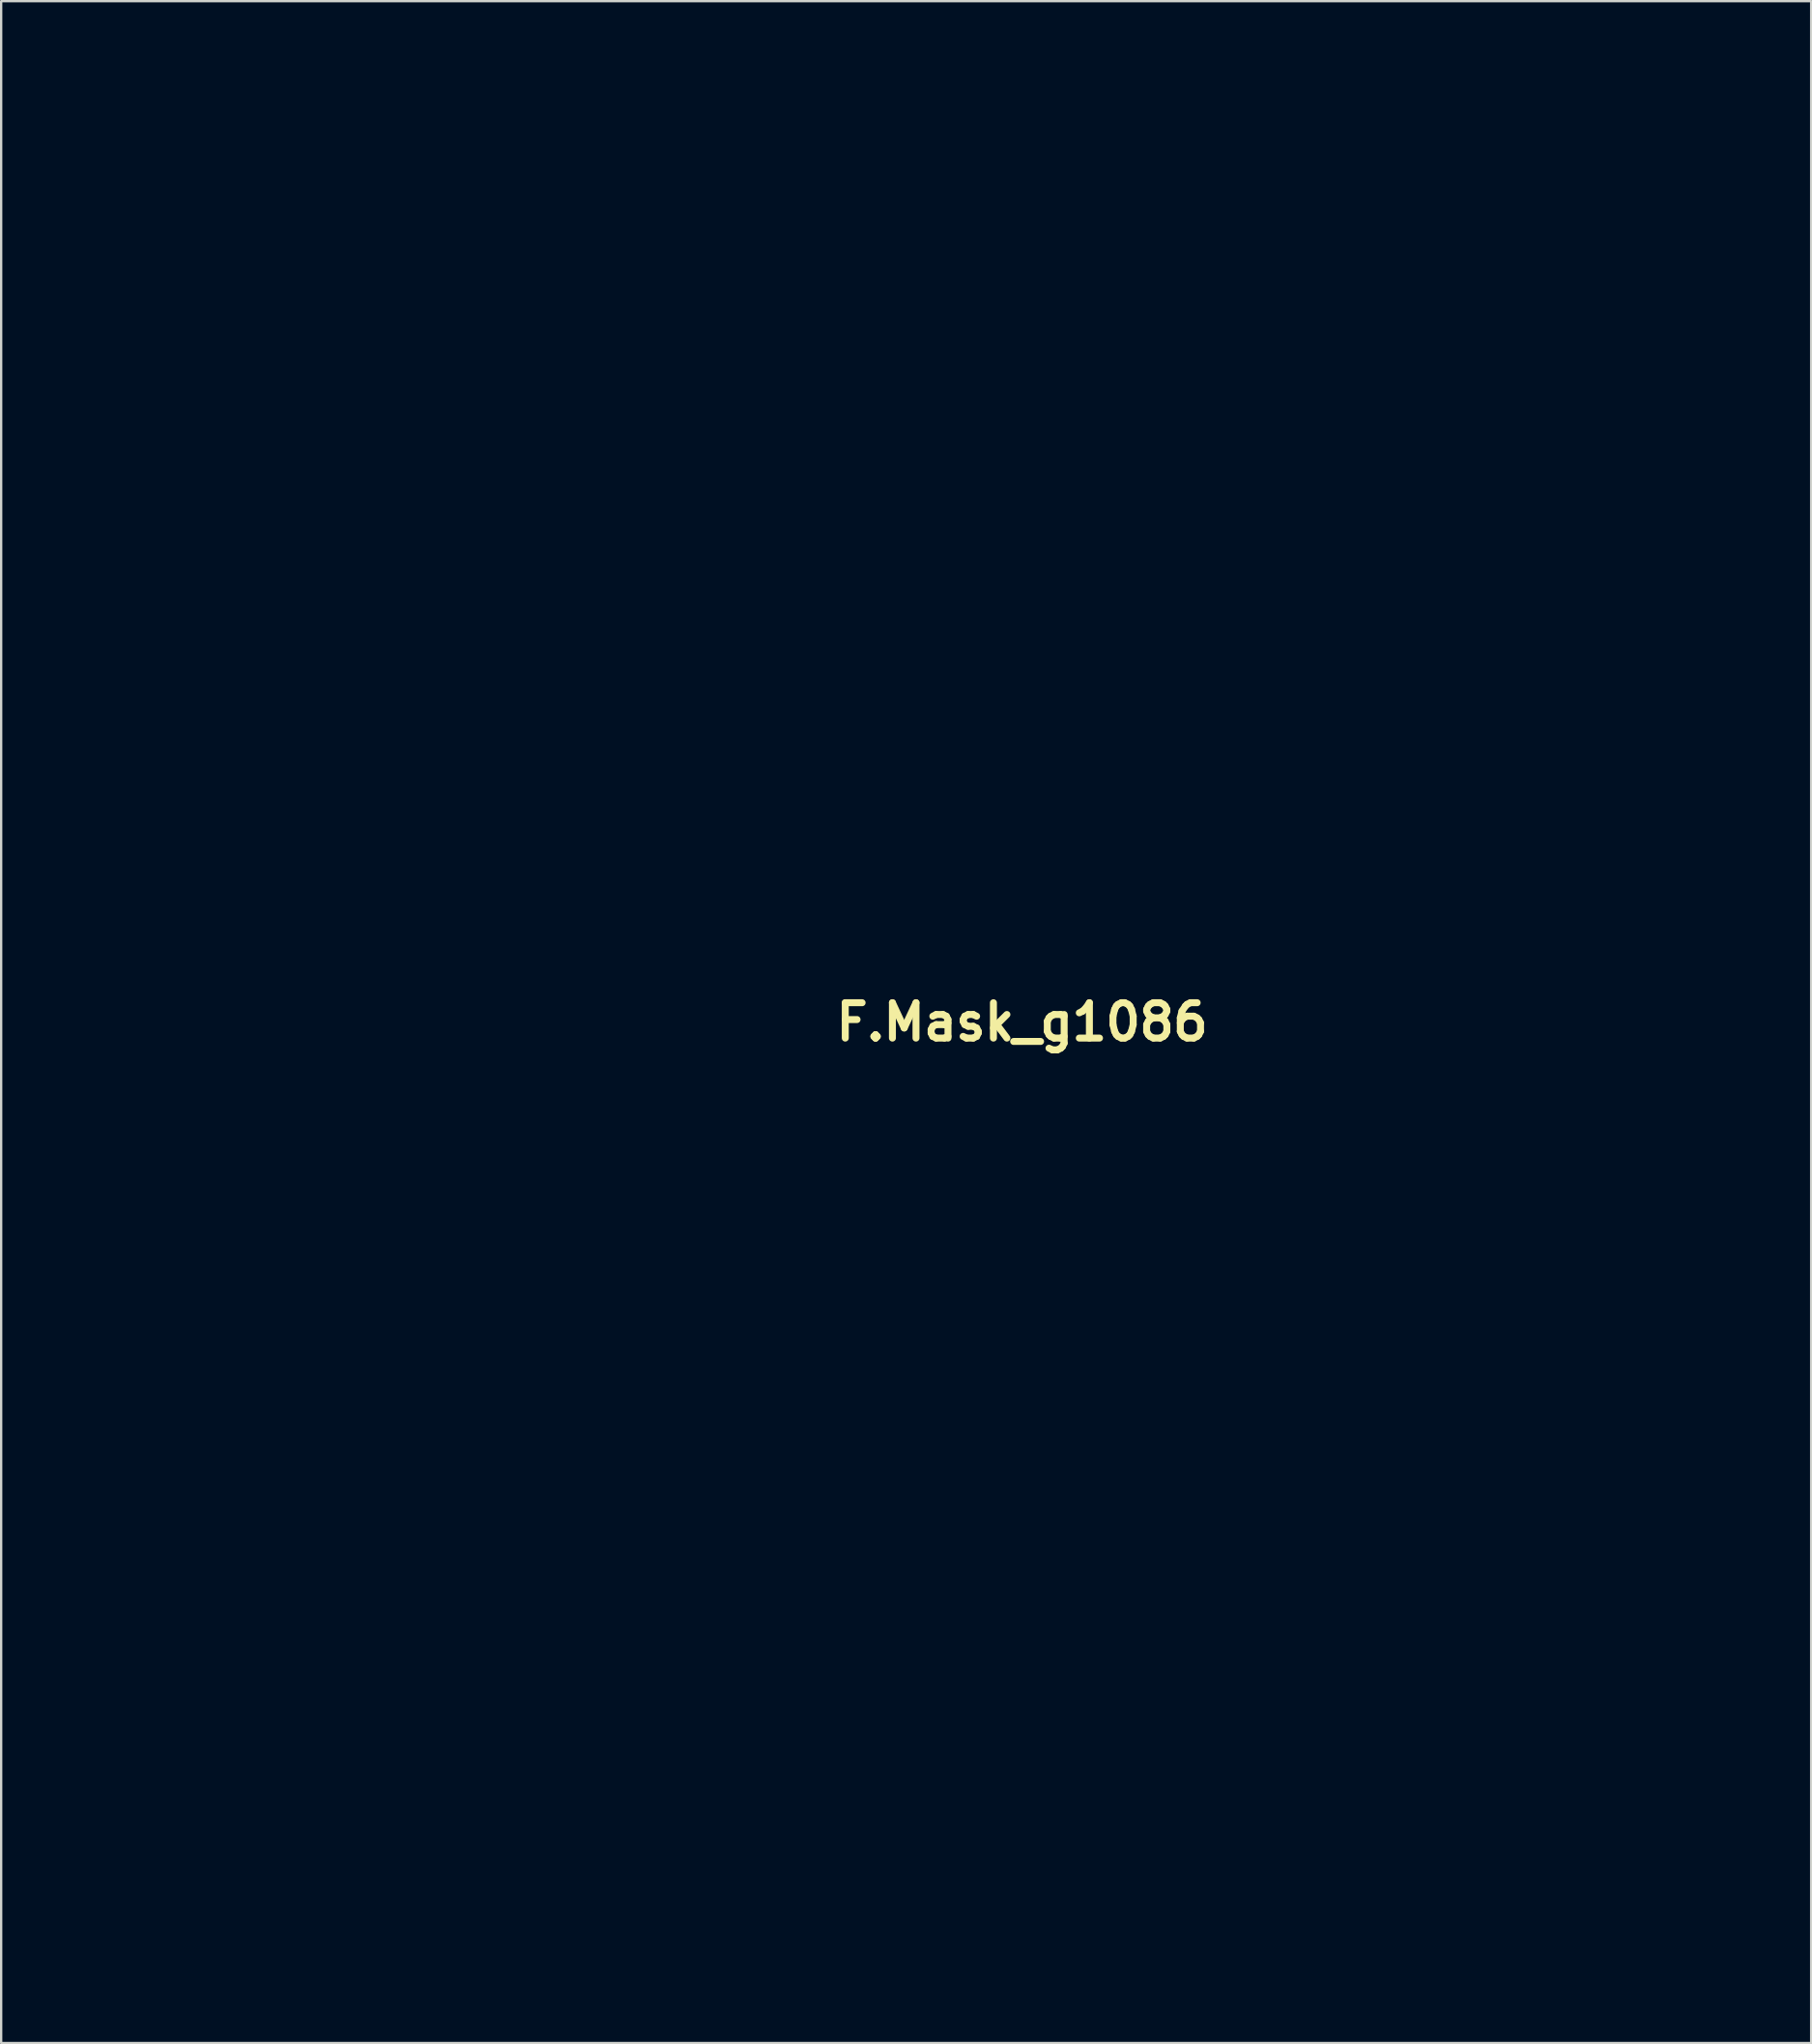
<source format=kicad_pcb>
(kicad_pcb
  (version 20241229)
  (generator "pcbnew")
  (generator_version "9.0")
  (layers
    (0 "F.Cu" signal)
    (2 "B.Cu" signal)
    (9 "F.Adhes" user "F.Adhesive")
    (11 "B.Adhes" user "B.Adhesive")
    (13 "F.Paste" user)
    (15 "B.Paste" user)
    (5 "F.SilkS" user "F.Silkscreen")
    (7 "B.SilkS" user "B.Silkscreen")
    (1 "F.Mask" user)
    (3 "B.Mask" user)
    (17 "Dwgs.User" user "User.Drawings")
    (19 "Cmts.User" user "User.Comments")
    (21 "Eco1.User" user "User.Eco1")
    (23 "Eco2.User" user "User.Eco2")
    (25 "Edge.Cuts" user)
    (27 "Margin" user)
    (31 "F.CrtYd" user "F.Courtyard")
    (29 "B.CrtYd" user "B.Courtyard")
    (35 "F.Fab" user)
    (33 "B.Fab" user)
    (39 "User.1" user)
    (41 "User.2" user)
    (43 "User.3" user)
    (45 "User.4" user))
  (footprint "F.Mask_g1086"
    (layer "F.Cu")
    (at 41.005 41.005)
    (property "Reference" "F.Mask_g1086" (at 0 0 0) (layer "F.SilkS") (effects (font (size 1.524 1.524) (thickness 0.3))))
    (attr through_hole)
    (fp_poly (pts (xy 31.009 41) (xy -41 41) (xy -41 17.902) (xy -39.006 17.902) (xy -39.006 18.967) (xy -39.006 20.012) (xy -39.006 21.037) (xy -39.006 22.04) (xy -39.006 23.021) (xy -39.006 23.98) (xy -39.006 24.916) (xy -39.006 25.827) (xy -39.006 26.714) (xy -39.006 27.576) (xy -39.006 28.412) (xy -39.006 29.221) (xy -39.005 30.003) (xy -39.005 30.758) (xy -39.005 31.483) (xy -39.005 32.18) (xy -39.005 32.846) (xy -39.005 33.482) (xy -39.005 34.087) (xy -39.004 34.66) (xy -39.004 35.201) (xy -39.004 35.708) (xy -39.004 36.181) (xy -39.003 36.62) (xy -39.003 37.024) (xy -39.003 37.392) (xy -39.003 37.724) (xy -39.002 38.018) (xy -39.002 38.275) (xy -39.002 38.493) (xy -39.002 38.672) (xy -39.001 38.811) (xy -39.001 38.91) (xy -39.001 38.968) (xy -39 38.984) (xy -38.993 38.985) (xy -38.97 38.986) (xy -38.933 38.987) (xy -38.88 38.988) (xy -38.81 38.989) (xy -38.724 38.99) (xy -38.62 38.991) (xy -38.499 38.992) (xy -38.359 38.993) (xy -38.2 38.994) (xy -38.022 38.995) (xy -37.824 38.996) (xy -37.605 38.996) (xy -37.366 38.997) (xy -37.105 38.998) (xy -36.822 38.999) (xy -36.516 38.999) (xy -36.187 39) (xy -35.835 39.001) (xy -35.459 39.001) (xy -35.058 39.002) (xy -34.631 39.002) (xy -34.179 39.003) (xy -33.701 39.004) (xy -33.196 39.004) (xy -32.664 39.004) (xy -32.104 39.005) (xy -31.516 39.005) (xy -30.898 39.006) (xy -30.252 39.006) (xy -29.575 39.007) (xy -28.868 39.007) (xy -28.131 39.007) (xy -27.361 39.008) (xy -26.56 39.008) (xy -25.726 39.008) (xy -24.859 39.008) (xy -23.959 39.009) (xy -23.024 39.009) (xy -22.055 39.009) (xy -21.051 39.009) (xy -20.011 39.009) (xy -18.935 39.009) (xy -17.822 39.01) (xy -16.672 39.01) (xy -15.484 39.01) (xy -14.258 39.01) (xy -12.993 39.01) (xy -11.688 39.01) (xy -10.344 39.01) (xy -8.959 39.01) (xy -7.534 39.01) (xy -6.067 39.01) (xy -4.996 39.01) (xy 28.998 39.01) (xy 28.998 -39.01) (xy -5.001 -39.005) (xy -39 -39) (xy -39.005 -0.021) (xy -39.005 1.264) (xy -39.005 2.539) (xy -39.005 3.804) (xy -39.006 5.057) (xy -39.006 6.298) (xy -39.006 7.526) (xy -39.006 8.741) (xy -39.006 9.942) (xy -39.006 11.129) (xy -39.006 12.3) (xy -39.006 13.455) (xy -39.006 14.593) (xy -39.006 15.714) (xy -39.006 16.817) (xy -39.006 17.902) (xy -41 17.902) (xy -41 -41) (xy 31.009 -41) (xy 31.009 41)) (stroke (width 0.01) (type solid)) (fill yes) (layer "F.Mask"))
    (fp_poly (pts (xy -3.45 3.592) (xy -2.953 3.657) (xy -2.471 3.762) (xy -2.004 3.905) (xy -1.55 4.088) (xy -1.109 4.311) (xy -0.68 4.573) (xy -0.519 4.685) (xy -0.265 4.877) (xy -0.000076 5.1) (xy 0.271 5.347) (xy 0.541 5.613) (xy 0.804 5.889) (xy 1.052 6.17) (xy 1.28 6.448) (xy 1.475 6.71) (xy 1.631 6.942) (xy 1.78 7.187) (xy 1.921 7.439) (xy 2.05 7.694) (xy 2.167 7.947) (xy 2.269 8.193) (xy 2.353 8.426) (xy 2.417 8.642) (xy 2.46 8.835) (xy 2.48 9.001) (xy 2.48 9.024) (xy 2.471 9.141) (xy 2.435 9.248) (xy 2.367 9.352) (xy 2.278 9.45) (xy 2.071 9.632) (xy 1.822 9.809) (xy 1.534 9.978) (xy 1.206 10.141) (xy 0.841 10.295) (xy 0.751 10.33) (xy 0.472 10.438) (xy 0.228 10.538) (xy 0.017 10.632) (xy -0.167 10.722) (xy -0.327 10.811) (xy -0.469 10.902) (xy -0.596 10.997) (xy -0.714 11.097) (xy -0.803 11.183) (xy -1.008 11.417) (xy -1.187 11.675) (xy -1.341 11.96) (xy -1.471 12.274) (xy -1.577 12.619) (xy -1.661 12.999) (xy -1.686 13.145) (xy -1.699 13.252) (xy -1.709 13.394) (xy -1.717 13.563) (xy -1.723 13.75) (xy -1.726 13.947) (xy -1.727 14.146) (xy -1.725 14.34) (xy -1.72 14.521) (xy -1.712 14.68) (xy -1.702 14.81) (xy -1.698 14.848) (xy -1.663 15.088) (xy -1.623 15.324) (xy -1.578 15.552) (xy -1.531 15.765) (xy -1.481 15.957) (xy -1.432 16.121) (xy -1.384 16.252) (xy -1.368 16.288) (xy -1.26 16.492) (xy -1.127 16.703) (xy -0.978 16.911) (xy -0.82 17.103) (xy -0.662 17.271) (xy -0.59 17.337) (xy -0.433 17.468) (xy -0.272 17.589) (xy -0.102 17.703) (xy 0.085 17.814) (xy 0.294 17.927) (xy 0.532 18.044) (xy 0.741 18.14) (xy 0.866 18.197) (xy 0.977 18.248) (xy 1.069 18.289) (xy 1.137 18.32) (xy 1.174 18.337) (xy 1.18 18.34) (xy 1.178 18.361) (xy 1.171 18.419) (xy 1.16 18.508) (xy 1.145 18.623) (xy 1.127 18.759) (xy 1.107 18.91) (xy 1.102 18.945) (xy 1.078 19.119) (xy 1.055 19.297) (xy 1.032 19.468) (xy 1.012 19.624) (xy 0.995 19.756) (xy 0.984 19.843) (xy 0.967 19.972) (xy 0.948 20.093) (xy 0.925 20.212) (xy 0.896 20.334) (xy 0.86 20.464) (xy 0.815 20.607) (xy 0.76 20.769) (xy 0.693 20.954) (xy 0.613 21.167) (xy 0.519 21.415) (xy 0.512 21.431) (xy 0.417 21.678) (xy 0.334 21.891) (xy 0.263 22.072) (xy 0.202 22.228) (xy 0.148 22.362) (xy 0.1 22.479) (xy 0.055 22.583) (xy 0.013 22.68) (xy -0.03 22.773) (xy -0.074 22.868) (xy -0.121 22.967) (xy -0.126 22.976) (xy -0.398 23.499) (xy -0.696 23.989) (xy -1.02 24.446) (xy -1.369 24.87) (xy -1.742 25.26) (xy -2.14 25.615) (xy -2.561 25.937) (xy -3.007 26.224) (xy -3.475 26.475) (xy -3.778 26.614) (xy -4.242 26.796) (xy -4.698 26.941) (xy -5.155 27.052) (xy -5.621 27.131) (xy -5.747 27.146) (xy -5.895 27.159) (xy -6.073 27.168) (xy -6.272 27.174) (xy -6.481 27.175) (xy -6.689 27.173) (xy -6.885 27.167) (xy -7.059 27.157) (xy -7.191 27.145) (xy -7.647 27.07) (xy -8.105 26.96) (xy -8.552 26.815) (xy -8.763 26.733) (xy -8.951 26.657) (xy -9.104 26.595) (xy -9.229 26.547) (xy -9.329 26.511) (xy -9.41 26.485) (xy -9.477 26.467) (xy -9.507 26.46) (xy -9.603 26.429) (xy -9.726 26.372) (xy -9.873 26.292) (xy -10.039 26.191) (xy -10.222 26.072) (xy -10.417 25.938) (xy -10.62 25.791) (xy -10.829 25.635) (xy -11.039 25.472) (xy -11.247 25.305) (xy -11.448 25.137) (xy -11.64 24.97) (xy -11.819 24.808) (xy -11.98 24.652) (xy -12.108 24.52) (xy -12.279 24.315) (xy -12.449 24.073) (xy -12.615 23.8) (xy -12.773 23.502) (xy -12.921 23.184) (xy -13.056 22.852) (xy -13.176 22.512) (xy -13.258 22.236) (xy -13.373 21.778) (xy -13.459 21.331) (xy -13.519 20.884) (xy -13.554 20.426) (xy -13.565 19.948) (xy -13.562 19.718) (xy -13.558 19.579) (xy -13.554 19.45) (xy -13.549 19.33) (xy -13.542 19.213) (xy -13.532 19.097) (xy -13.52 18.977) (xy -13.504 18.85) (xy -13.484 18.711) (xy -13.46 18.558) (xy -13.431 18.386) (xy -13.396 18.192) (xy -13.355 17.971) (xy -13.307 17.721) (xy -13.252 17.437) (xy -13.189 17.115) (xy -13.185 17.092) (xy -13.062 16.472) (xy -12.935 15.852) (xy -12.806 15.235) (xy -12.674 14.624) (xy -12.541 14.02) (xy -12.406 13.426) (xy -12.271 12.845) (xy -12.136 12.278) (xy -12.002 11.729) (xy -11.869 11.2) (xy -11.738 10.693) (xy -11.61 10.211) (xy -11.484 9.755) (xy -11.363 9.329) (xy -11.245 8.936) (xy -11.133 8.576) (xy -11.026 8.253) (xy -10.925 7.969) (xy -10.917 7.948) (xy -10.778 7.605) (xy -10.626 7.291) (xy -10.455 6.992) (xy -10.376 6.869) (xy -10.07 6.441) (xy -9.73 6.037) (xy -9.359 5.658) (xy -8.959 5.307) (xy -8.532 4.983) (xy -8.081 4.689) (xy -7.609 4.427) (xy -7.116 4.196) (xy -6.606 3.999) (xy -6.08 3.838) (xy -5.542 3.713) (xy -5.035 3.631) (xy -4.49 3.579) (xy -3.961 3.566) (xy -3.45 3.592)) (stroke (width 0.01) (type solid)) (fill yes) (layer "F.Mask"))
    (fp_poly (pts (xy 9.046 -29.984) (xy 9.247 -29.966) (xy 9.415 -29.936) (xy 9.43 -29.932) (xy 9.594 -29.881) (xy 9.751 -29.815) (xy 9.906 -29.731) (xy 10.064 -29.625) (xy 10.231 -29.494) (xy 10.411 -29.335) (xy 10.607 -29.147) (xy 10.8 -28.948) (xy 10.972 -28.752) (xy 11.13 -28.55) (xy 11.278 -28.337) (xy 11.421 -28.104) (xy 11.565 -27.844) (xy 11.705 -27.57) (xy 11.917 -27.112) (xy 12.121 -26.614) (xy 12.317 -26.076) (xy 12.505 -25.498) (xy 12.686 -24.88) (xy 12.858 -24.221) (xy 13.023 -23.521) (xy 13.181 -22.781) (xy 13.33 -21.999) (xy 13.472 -21.177) (xy 13.606 -20.313) (xy 13.733 -19.407) (xy 13.79 -18.965) (xy 13.826 -18.69) (xy 13.858 -18.449) (xy 13.889 -18.238) (xy 13.918 -18.048) (xy 13.948 -17.874) (xy 13.979 -17.708) (xy 14.013 -17.543) (xy 14.05 -17.374) (xy 14.066 -17.304) (xy 14.091 -17.191) (xy 14.113 -17.092) (xy 14.129 -17.013) (xy 14.138 -16.963) (xy 14.139 -16.951) (xy 14.15 -16.92) (xy 14.179 -16.863) (xy 14.223 -16.786) (xy 14.27 -16.708) (xy 14.34 -16.591) (xy 14.423 -16.44) (xy 14.516 -16.261) (xy 14.618 -16.059) (xy 14.724 -15.841) (xy 14.834 -15.61) (xy 14.944 -15.374) (xy 15.051 -15.138) (xy 15.153 -14.906) (xy 15.247 -14.685) (xy 15.314 -14.52) (xy 15.483 -14.067) (xy 15.632 -13.596) (xy 15.762 -13.103) (xy 15.875 -12.584) (xy 15.969 -12.038) (xy 16.046 -11.461) (xy 16.107 -10.85) (xy 16.141 -10.393) (xy 16.15 -10.247) (xy 16.159 -10.115) (xy 16.166 -10.004) (xy 16.172 -9.92) (xy 16.177 -9.866) (xy 16.178 -9.85) (xy 16.2 -9.847) (xy 16.258 -9.84) (xy 16.348 -9.829) (xy 16.465 -9.815) (xy 16.602 -9.799) (xy 16.756 -9.781) (xy 16.921 -9.762) (xy 17.092 -9.742) (xy 17.264 -9.722) (xy 17.431 -9.703) (xy 17.588 -9.685) (xy 17.73 -9.669) (xy 17.852 -9.656) (xy 17.949 -9.645) (xy 17.988 -9.641) (xy 18.123 -9.627) (xy 18.225 -9.615) (xy 18.303 -9.603) (xy 18.365 -9.588) (xy 18.422 -9.569) (xy 18.481 -9.543) (xy 18.553 -9.508) (xy 18.574 -9.498) (xy 18.844 -9.345) (xy 19.123 -9.15) (xy 19.286 -9.02) (xy 19.494 -8.831) (xy 19.662 -8.639) (xy 19.794 -8.44) (xy 19.891 -8.229) (xy 19.957 -8.002) (xy 19.987 -7.815) (xy 19.997 -7.582) (xy 19.974 -7.34) (xy 19.92 -7.102) (xy 19.84 -6.879) (xy 19.767 -6.736) (xy 19.722 -6.671) (xy 19.656 -6.588) (xy 19.578 -6.5) (xy 19.516 -6.434) (xy 19.345 -6.283) (xy 19.159 -6.16) (xy 18.955 -6.062) (xy 18.728 -5.989) (xy 18.475 -5.94) (xy 18.193 -5.914) (xy 17.878 -5.91) (xy 17.807 -5.912) (xy 17.664 -5.918) (xy 17.519 -5.926) (xy 17.384 -5.937) (xy 17.271 -5.948) (xy 17.209 -5.957) (xy 17.098 -5.974) (xy 17.029 -5.984) (xy 16.998 -5.985) (xy 17.006 -5.978) (xy 17.05 -5.961) (xy 17.129 -5.934) (xy 17.145 -5.929) (xy 17.391 -5.841) (xy 17.623 -5.745) (xy 17.834 -5.646) (xy 18.015 -5.546) (xy 18.129 -5.472) (xy 18.22 -5.4) (xy 18.324 -5.305) (xy 18.432 -5.197) (xy 18.533 -5.087) (xy 18.616 -4.986) (xy 18.646 -4.945) (xy 18.72 -4.823) (xy 18.791 -4.678) (xy 18.852 -4.529) (xy 18.892 -4.399) (xy 18.913 -4.286) (xy 18.928 -4.143) (xy 18.937 -3.983) (xy 18.94 -3.819) (xy 18.936 -3.662) (xy 18.926 -3.525) (xy 18.915 -3.45) (xy 18.852 -3.223) (xy 18.748 -3.011) (xy 18.606 -2.814) (xy 18.56 -2.763) (xy 18.37 -2.582) (xy 18.177 -2.44) (xy 17.975 -2.336) (xy 17.76 -2.268) (xy 17.66 -2.248) (xy 17.585 -2.236) (xy 17.518 -2.229) (xy 17.452 -2.226) (xy 17.376 -2.227) (xy 17.282 -2.232) (xy 17.161 -2.242) (xy 17.061 -2.25) (xy 16.85 -2.271) (xy 16.664 -2.295) (xy 16.488 -2.324) (xy 16.305 -2.361) (xy 16.102 -2.409) (xy 16.041 -2.424) (xy 15.946 -2.447) (xy 15.863 -2.468) (xy 15.803 -2.483) (xy 15.78 -2.489) (xy 15.78 -2.484) (xy 15.812 -2.464) (xy 15.871 -2.431) (xy 15.945 -2.392) (xy 16.116 -2.303) (xy 16.255 -2.226) (xy 16.366 -2.157) (xy 16.456 -2.094) (xy 16.532 -2.031) (xy 16.577 -1.987) (xy 16.749 -1.784) (xy 16.897 -1.551) (xy 17.017 -1.294) (xy 17.075 -1.128) (xy 17.096 -1.053) (xy 17.112 -0.988) (xy 17.122 -0.921) (xy 17.128 -0.844) (xy 17.132 -0.746) (xy 17.133 -0.617) (xy 17.133 -0.593) (xy 17.133 -0.457) (xy 17.131 -0.354) (xy 17.126 -0.274) (xy 17.117 -0.209) (xy 17.103 -0.148) (xy 17.085 -0.085) (xy 16.986 0.163) (xy 16.852 0.391) (xy 16.774 0.493) (xy 16.622 0.648) (xy 16.437 0.786) (xy 16.226 0.905) (xy 15.997 1.002) (xy 15.756 1.074) (xy 15.512 1.12) (xy 15.272 1.135) (xy 15.082 1.123) (xy 14.951 1.104) (xy 14.819 1.079) (xy 14.68 1.046) (xy 14.531 1.004) (xy 14.368 0.952) (xy 14.188 0.889) (xy 13.986 0.813) (xy 13.758 0.723) (xy 13.501 0.617) (xy 13.21 0.494) (xy 13.161 0.474) (xy 12.442 0.167) (xy 11.613 0.999) (xy 11.45 1.162) (xy 11.289 1.322) (xy 11.135 1.475) (xy 10.99 1.618) (xy 10.858 1.747) (xy 10.744 1.858) (xy 10.651 1.948) (xy 10.582 2.013) (xy 10.562 2.031) (xy 10.481 2.104) (xy 10.413 2.167) (xy 10.363 2.215) (xy 10.336 2.242) (xy 10.334 2.245) (xy 10.344 2.267) (xy 10.376 2.31) (xy 10.424 2.366) (xy 10.43 2.373) (xy 10.742 2.744) (xy 11.042 3.15) (xy 11.325 3.587) (xy 11.59 4.047) (xy 11.833 4.526) (xy 12.051 5.018) (xy 12.242 5.518) (xy 12.403 6.019) (xy 12.488 6.338) (xy 12.541 6.567) (xy 12.584 6.789) (xy 12.618 7.01) (xy 12.643 7.236) (xy 12.66 7.473) (xy 12.668 7.728) (xy 12.669 8.007) (xy 12.663 8.317) (xy 12.654 8.583) (xy 12.647 8.785) (xy 12.641 9.001) (xy 12.635 9.221) (xy 12.631 9.433) (xy 12.628 9.626) (xy 12.626 9.791) (xy 12.626 9.821) (xy 12.627 10.34) (xy 12.788 10.742) (xy 12.984 11.269) (xy 13.158 11.82) (xy 13.313 12.399) (xy 13.448 13.006) (xy 13.563 13.646) (xy 13.66 14.318) (xy 13.738 15.027) (xy 13.748 15.134) (xy 13.776 15.427) (xy 13.802 15.682) (xy 13.829 15.905) (xy 13.856 16.1) (xy 13.886 16.273) (xy 13.918 16.428) (xy 13.954 16.57) (xy 13.995 16.705) (xy 14.041 16.836) (xy 14.094 16.97) (xy 14.116 17.021) (xy 14.297 17.496) (xy 14.443 17.991) (xy 14.555 18.505) (xy 14.632 19.035) (xy 14.675 19.577) (xy 14.683 20.129) (xy 14.657 20.689) (xy 14.596 21.252) (xy 14.502 21.817) (xy 14.373 22.379) (xy 14.21 22.938) (xy 14.013 23.489) (xy 13.988 23.553) (xy 13.905 23.751) (xy 13.812 23.963) (xy 13.713 24.176) (xy 13.612 24.38) (xy 13.517 24.564) (xy 13.438 24.705) (xy 13.399 24.775) (xy 13.37 24.83) (xy 13.357 24.861) (xy 13.357 24.864) (xy 13.374 24.882) (xy 13.42 24.912) (xy 13.486 24.951) (xy 13.502 24.96) (xy 13.746 25.111) (xy 13.961 25.285) (xy 14.144 25.478) (xy 14.294 25.687) (xy 14.409 25.91) (xy 14.486 26.143) (xy 14.524 26.383) (xy 14.528 26.48) (xy 14.522 26.65) (xy 14.498 26.799) (xy 14.453 26.945) (xy 14.402 27.069) (xy 14.274 27.298) (xy 14.109 27.506) (xy 13.908 27.695) (xy 13.671 27.862) (xy 13.399 28.008) (xy 13.337 28.036) (xy 13.116 28.127) (xy 12.856 28.221) (xy 12.562 28.318) (xy 12.237 28.416) (xy 11.886 28.515) (xy 11.511 28.614) (xy 11.117 28.711) (xy 10.708 28.806) (xy 10.287 28.897) (xy 9.858 28.984) (xy 9.684 29.017) (xy 9.145 29.116) (xy 8.606 29.208) (xy 8.065 29.294) (xy 7.517 29.374) (xy 6.961 29.448) (xy 6.393 29.517) (xy 5.81 29.581) (xy 5.211 29.639) (xy 4.59 29.693) (xy 3.947 29.743) (xy 3.278 29.788) (xy 2.579 29.83) (xy 1.849 29.868) (xy 1.084 29.903) (xy 0.282 29.935) (xy -0.212 29.953) (xy -0.337 29.956) (xy -0.501 29.96) (xy -0.7 29.963) (xy -0.932 29.966) (xy -1.192 29.969) (xy -1.477 29.971) (xy -1.783 29.973) (xy -2.107 29.976) (xy -2.446 29.977) (xy -2.797 29.979) (xy -3.154 29.98) (xy -3.516 29.982) (xy -3.879 29.982) (xy -4.239 29.983) (xy -4.593 29.983) (xy -4.937 29.983) (xy -5.268 29.983) (xy -5.582 29.982) (xy -5.876 29.981) (xy -6.147 29.98) (xy -6.39 29.978) (xy -6.603 29.976) (xy -6.782 29.973) (xy -6.879 29.972) (xy -7.438 29.959) (xy -7.96 29.945) (xy -8.451 29.931) (xy -8.917 29.915) (xy -9.364 29.898) (xy -9.797 29.879) (xy -10.223 29.858) (xy -10.648 29.835) (xy -10.679 29.834) (xy -11.467 29.785) (xy -12.243 29.728) (xy -13.003 29.664) (xy -13.746 29.593) (xy -14.469 29.516) (xy -15.17 29.431) (xy -15.847 29.341) (xy -16.498 29.245) (xy -17.119 29.144) (xy -17.71 29.037) (xy -18.268 28.926) (xy -18.79 28.81) (xy -19.275 28.69) (xy -19.72 28.566) (xy -19.737 28.561) (xy -20.153 28.428) (xy -20.528 28.29) (xy -20.863 28.147) (xy -21.158 27.997) (xy -21.415 27.84) (xy -21.635 27.675) (xy -21.818 27.502) (xy -21.966 27.319) (xy -22.08 27.126) (xy -22.16 26.923) (xy -22.196 26.775) (xy -22.221 26.548) (xy -22.206 26.331) (xy -22.15 26.122) (xy -22.055 25.919) (xy -21.917 25.722) (xy -21.77 25.559) (xy -21.618 25.418) (xy -21.453 25.289) (xy -21.27 25.169) (xy -21.062 25.053) (xy -20.823 24.938) (xy -20.616 24.849) (xy -20.518 24.807) (xy -20.433 24.771) (xy -20.371 24.742) (xy -20.337 24.725) (xy -20.335 24.723) (xy -20.334 24.697) (xy -20.353 24.65) (xy -20.365 24.628) (xy -20.382 24.6) (xy -20.402 24.576) (xy -20.428 24.554) (xy -20.466 24.531) (xy -20.519 24.505) (xy -20.593 24.476) (xy -20.691 24.439) (xy -20.818 24.394) (xy -20.978 24.339) (xy -21.066 24.309) (xy -21.836 24.023) (xy -22.582 23.704) (xy -23.308 23.349) (xy -24.013 22.958) (xy -24.7 22.529) (xy -25.371 22.062) (xy -26.027 21.556) (xy -26.152 21.455) (xy -26.518 21.131) (xy -26.88 20.768) (xy -27.236 20.367) (xy -27.583 19.931) (xy -27.922 19.463) (xy -28.248 18.966) (xy -28.56 18.441) (xy -28.711 18.169) (xy -28.972 17.658) (xy -29.2 17.16) (xy -29.395 16.666) (xy -29.561 16.168) (xy -29.7 15.66) (xy -29.813 15.135) (xy -29.903 14.584) (xy -29.956 14.161) (xy -29.965 14.043) (xy -29.973 13.889) (xy -29.979 13.708) (xy -29.982 13.504) (xy -29.984 13.287) (xy -29.984 13.226) (xy -29.467 13.226) (xy -29.466 13.453) (xy -29.462 13.666) (xy -29.455 13.855) (xy -29.445 14.012) (xy -29.444 14.023) (xy -29.396 14.497) (xy -29.333 14.939) (xy -29.253 15.356) (xy -29.154 15.758) (xy -29.034 16.151) (xy -28.891 16.546) (xy -28.721 16.949) (xy -28.524 17.369) (xy -28.477 17.462) (xy -28.229 17.936) (xy -27.966 18.398) (xy -27.691 18.845) (xy -27.406 19.273) (xy -27.115 19.677) (xy -26.821 20.052) (xy -26.526 20.395) (xy -26.235 20.701) (xy -26.181 20.754) (xy -25.98 20.94) (xy -25.746 21.139) (xy -25.485 21.349) (xy -25.203 21.565) (xy -24.905 21.782) (xy -24.597 21.997) (xy -24.284 22.205) (xy -23.972 22.402) (xy -23.823 22.493) (xy -23.409 22.734) (xy -23.007 22.953) (xy -22.607 23.153) (xy -22.201 23.34) (xy -21.779 23.517) (xy -21.332 23.688) (xy -20.883 23.847) (xy -20.733 23.9) (xy -20.585 23.953) (xy -20.444 24.005) (xy -20.315 24.054) (xy -20.204 24.098) (xy -20.117 24.135) (xy -20.059 24.162) (xy -20.036 24.176) (xy -20.024 24.197) (xy -19.998 24.246) (xy -19.961 24.315) (xy -19.941 24.352) (xy -19.889 24.444) (xy -19.824 24.554) (xy -19.755 24.666) (xy -19.714 24.73) (xy -19.661 24.812) (xy -19.62 24.881) (xy -19.593 24.929) (xy -19.586 24.949) (xy -19.608 24.959) (xy -19.663 24.981) (xy -19.744 25.013) (xy -19.844 25.052) (xy -19.921 25.081) (xy -20.236 25.205) (xy -20.513 25.326) (xy -20.756 25.445) (xy -20.968 25.564) (xy -21.153 25.685) (xy -21.276 25.779) (xy -21.445 25.935) (xy -21.572 26.097) (xy -21.659 26.263) (xy -21.705 26.432) (xy -21.711 26.602) (xy -21.677 26.771) (xy -21.604 26.938) (xy -21.492 27.102) (xy -21.342 27.261) (xy -21.154 27.413) (xy -20.928 27.557) (xy -20.775 27.638) (xy -20.492 27.768) (xy -20.167 27.896) (xy -19.803 28.02) (xy -19.4 28.141) (xy -18.96 28.258) (xy -18.484 28.372) (xy -17.973 28.482) (xy -17.429 28.588) (xy -16.853 28.689) (xy -16.245 28.785) (xy -15.608 28.876) (xy -14.942 28.962) (xy -14.25 29.043) (xy -13.531 29.118) (xy -13.134 29.156) (xy -12.633 29.2) (xy -12.136 29.241) (xy -11.64 29.278) (xy -11.141 29.312) (xy -10.633 29.343) (xy -10.113 29.37) (xy -9.577 29.395) (xy -9.019 29.417) (xy -8.437 29.437) (xy -7.825 29.455) (xy -7.18 29.47) (xy -6.497 29.485) (xy -6.466 29.485) (xy -6.275 29.488) (xy -6.048 29.491) (xy -5.79 29.493) (xy -5.504 29.494) (xy -5.196 29.495) (xy -4.868 29.496) (xy -4.525 29.496) (xy -4.171 29.496) (xy -3.81 29.495) (xy -3.446 29.494) (xy -3.082 29.493) (xy -2.724 29.491) (xy -2.375 29.489) (xy -2.038 29.487) (xy -1.719 29.484) (xy -1.421 29.481) (xy -1.147 29.478) (xy -0.903 29.474) (xy -0.692 29.471) (xy -0.519 29.466) (xy -0.476 29.465) (xy -0.23 29.458) (xy 0.021 29.449) (xy 0.273 29.441) (xy 0.522 29.432) (xy 0.765 29.423) (xy 0.997 29.414) (xy 1.214 29.406) (xy 1.413 29.398) (xy 1.59 29.39) (xy 1.741 29.383) (xy 1.861 29.377) (xy 1.948 29.372) (xy 1.996 29.367) (xy 2 29.367) (xy 2.039 29.364) (xy 2.115 29.361) (xy 2.224 29.357) (xy 2.361 29.353) (xy 2.521 29.349) (xy 2.7 29.344) (xy 2.893 29.341) (xy 3.037 29.338) (xy 3.265 29.334) (xy 3.454 29.33) (xy 3.609 29.326) (xy 3.734 29.323) (xy 3.834 29.319) (xy 3.913 29.314) (xy 3.974 29.308) (xy 4.023 29.302) (xy 4.063 29.294) (xy 4.098 29.284) (xy 4.128 29.275) (xy 4.189 29.258) (xy 4.271 29.242) (xy 4.377 29.226) (xy 4.513 29.21) (xy 4.684 29.192) (xy 4.837 29.178) (xy 5.839 29.079) (xy 6.805 28.966) (xy 7.734 28.841) (xy 8.626 28.703) (xy 9.48 28.553) (xy 10.294 28.389) (xy 11.069 28.213) (xy 11.286 28.16) (xy 11.699 28.053) (xy 12.072 27.949) (xy 12.406 27.846) (xy 12.702 27.745) (xy 12.962 27.645) (xy 13.188 27.544) (xy 13.382 27.443) (xy 13.544 27.341) (xy 13.676 27.236) (xy 13.781 27.129) (xy 13.806 27.098) (xy 13.919 26.92) (xy 13.991 26.737) (xy 14.023 26.551) (xy 14.017 26.365) (xy 13.974 26.18) (xy 13.895 26) (xy 13.78 25.825) (xy 13.631 25.659) (xy 13.45 25.504) (xy 13.237 25.361) (xy 12.992 25.232) (xy 12.838 25.166) (xy 12.76 25.135) (xy 12.7 25.11) (xy 12.665 25.094) (xy 12.661 25.092) (xy 12.669 25.073) (xy 12.695 25.025) (xy 12.736 24.955) (xy 12.787 24.871) (xy 12.79 24.867) (xy 12.978 24.556) (xy 13.141 24.257) (xy 13.289 23.956) (xy 13.428 23.636) (xy 13.489 23.484) (xy 13.68 22.95) (xy 13.839 22.4) (xy 13.966 21.838) (xy 14.061 21.269) (xy 14.122 20.698) (xy 14.15 20.131) (xy 14.143 19.573) (xy 14.101 19.027) (xy 14.044 18.614) (xy 13.964 18.207) (xy 13.863 17.823) (xy 13.737 17.444) (xy 13.615 17.134) (xy 13.559 16.995) (xy 13.51 16.859) (xy 13.467 16.722) (xy 13.429 16.578) (xy 13.395 16.422) (xy 13.364 16.249) (xy 13.336 16.055) (xy 13.308 15.833) (xy 13.281 15.58) (xy 13.253 15.291) (xy 13.251 15.264) (xy 13.17 14.518) (xy 13.069 13.805) (xy 12.947 13.127) (xy 12.805 12.483) (xy 12.643 11.875) (xy 12.461 11.304) (xy 12.304 10.881) (xy 12.246 10.733) (xy 12.201 10.606) (xy 12.166 10.491) (xy 12.141 10.381) (xy 12.124 10.267) (xy 12.114 10.142) (xy 12.11 9.997) (xy 12.11 9.825) (xy 12.113 9.652) (xy 12.118 9.483) (xy 12.123 9.285) (xy 12.13 9.071) (xy 12.138 8.853) (xy 12.146 8.643) (xy 12.152 8.506) (xy 12.164 8.144) (xy 12.166 7.817) (xy 12.156 7.516) (xy 12.135 7.234) (xy 12.101 6.963) (xy 12.054 6.696) (xy 11.991 6.426) (xy 11.913 6.145) (xy 11.821 5.853) (xy 11.731 5.59) (xy 11.638 5.344) (xy 11.537 5.101) (xy 11.422 4.846) (xy 11.347 4.688) (xy 11.139 4.278) (xy 10.926 3.901) (xy 10.702 3.548) (xy 10.461 3.208) (xy 10.195 2.873) (xy 9.899 2.533) (xy 9.889 2.522) (xy 9.614 2.219) (xy 9.702 2.142) (xy 9.797 2.057) (xy 9.898 1.966) (xy 10.007 1.865) (xy 10.127 1.752) (xy 10.26 1.625) (xy 10.41 1.48) (xy 10.577 1.317) (xy 10.766 1.131) (xy 10.979 0.922) (xy 11.217 0.685) (xy 11.303 0.599) (xy 12.33 -0.422) (xy 12.775 -0.23) (xy 13.105 -0.088) (xy 13.4 0.038) (xy 13.663 0.147) (xy 13.898 0.243) (xy 14.106 0.325) (xy 14.291 0.395) (xy 14.456 0.454) (xy 14.605 0.503) (xy 14.74 0.544) (xy 14.865 0.577) (xy 14.891 0.583) (xy 15.154 0.634) (xy 15.394 0.65) (xy 15.613 0.632) (xy 15.816 0.579) (xy 16.005 0.489) (xy 16.183 0.363) (xy 16.289 0.267) (xy 16.435 0.103) (xy 16.541 -0.063) (xy 16.612 -0.24) (xy 16.649 -0.435) (xy 16.658 -0.607) (xy 16.638 -0.843) (xy 16.578 -1.07) (xy 16.483 -1.284) (xy 16.354 -1.479) (xy 16.194 -1.651) (xy 16.008 -1.793) (xy 15.986 -1.807) (xy 15.871 -1.872) (xy 15.722 -1.949) (xy 15.544 -2.036) (xy 15.344 -2.129) (xy 15.127 -2.227) (xy 14.899 -2.326) (xy 14.666 -2.424) (xy 14.433 -2.518) (xy 14.245 -2.592) (xy 14.129 -2.637) (xy 14.026 -2.677) (xy 13.945 -2.709) (xy 13.89 -2.731) (xy 13.869 -2.74) (xy 13.869 -2.74) (xy 13.876 -2.759) (xy 13.9 -2.808) (xy 13.935 -2.879) (xy 13.979 -2.963) (xy 14.027 -3.052) (xy 14.074 -3.14) (xy 14.118 -3.219) (xy 14.152 -3.279) (xy 14.17 -3.308) (xy 14.204 -3.347) (xy 14.249 -3.363) (xy 14.295 -3.365) (xy 14.371 -3.358) (xy 14.486 -3.334) (xy 14.639 -3.296) (xy 14.832 -3.243) (xy 15.063 -3.174) (xy 15.228 -3.123) (xy 15.661 -2.996) (xy 16.064 -2.895) (xy 16.435 -2.821) (xy 16.775 -2.773) (xy 17.084 -2.752) (xy 17.36 -2.757) (xy 17.604 -2.788) (xy 17.813 -2.845) (xy 17.989 -2.93) (xy 18.136 -3.045) (xy 18.254 -3.191) (xy 18.343 -3.367) (xy 18.402 -3.571) (xy 18.43 -3.8) (xy 18.426 -4.055) (xy 18.384 -4.292) (xy 18.305 -4.509) (xy 18.19 -4.705) (xy 18.04 -4.879) (xy 17.854 -5.03) (xy 17.85 -5.033) (xy 17.652 -5.154) (xy 17.416 -5.276) (xy 17.145 -5.397) (xy 16.843 -5.516) (xy 16.514 -5.632) (xy 16.162 -5.742) (xy 15.791 -5.847) (xy 15.473 -5.926) (xy 15.385 -5.949) (xy 15.312 -5.969) (xy 15.265 -5.985) (xy 15.253 -5.991) (xy 15.252 -6.016) (xy 15.262 -6.075) (xy 15.279 -6.16) (xy 15.304 -6.266) (xy 15.333 -6.384) (xy 15.366 -6.507) (xy 15.401 -6.63) (xy 15.402 -6.633) (xy 15.41 -6.651) (xy 15.428 -6.662) (xy 15.462 -6.667) (xy 15.521 -6.666) (xy 15.613 -6.661) (xy 15.639 -6.66) (xy 15.756 -6.65) (xy 15.902 -6.635) (xy 16.079 -6.614) (xy 16.29 -6.586) (xy 16.536 -6.552) (xy 16.821 -6.51) (xy 16.965 -6.489) (xy 17.119 -6.468) (xy 17.291 -6.447) (xy 17.463 -6.428) (xy 17.617 -6.413) (xy 17.657 -6.41) (xy 17.983 -6.398) (xy 18.277 -6.414) (xy 18.54 -6.457) (xy 18.771 -6.527) (xy 18.971 -6.624) (xy 19.139 -6.748) (xy 19.274 -6.899) (xy 19.377 -7.076) (xy 19.447 -7.28) (xy 19.484 -7.509) (xy 19.487 -7.552) (xy 19.484 -7.771) (xy 19.447 -7.97) (xy 19.374 -8.153) (xy 19.263 -8.328) (xy 19.156 -8.454) (xy 19.027 -8.58) (xy 18.882 -8.705) (xy 18.728 -8.823) (xy 18.575 -8.928) (xy 18.429 -9.013) (xy 18.301 -9.074) (xy 18.278 -9.082) (xy 18.218 -9.097) (xy 18.117 -9.116) (xy 17.974 -9.137) (xy 17.79 -9.162) (xy 17.565 -9.19) (xy 17.331 -9.217) (xy 17.027 -9.252) (xy 16.762 -9.282) (xy 16.534 -9.308) (xy 16.34 -9.331) (xy 16.178 -9.35) (xy 16.045 -9.366) (xy 15.938 -9.379) (xy 15.855 -9.39) (xy 15.793 -9.399) (xy 15.749 -9.405) (xy 15.721 -9.411) (xy 15.706 -9.415) (xy 15.703 -9.417) (xy 15.698 -9.441) (xy 15.691 -9.501) (xy 15.683 -9.59) (xy 15.675 -9.703) (xy 15.667 -9.832) (xy 15.665 -9.874) (xy 15.63 -10.425) (xy 15.588 -10.938) (xy 15.539 -11.417) (xy 15.481 -11.866) (xy 15.414 -12.289) (xy 15.337 -12.689) (xy 15.25 -13.071) (xy 15.151 -13.439) (xy 15.04 -13.796) (xy 14.917 -14.146) (xy 14.838 -14.351) (xy 14.74 -14.59) (xy 14.632 -14.842) (xy 14.517 -15.1) (xy 14.397 -15.36) (xy 14.275 -15.614) (xy 14.155 -15.857) (xy 14.038 -16.083) (xy 13.929 -16.286) (xy 13.829 -16.46) (xy 13.755 -16.581) (xy 13.713 -16.651) (xy 13.674 -16.728) (xy 13.639 -16.814) (xy 13.605 -16.912) (xy 13.573 -17.027) (xy 13.541 -17.16) (xy 13.51 -17.315) (xy 13.479 -17.494) (xy 13.446 -17.702) (xy 13.412 -17.942) (xy 13.375 -18.215) (xy 13.335 -18.526) (xy 13.314 -18.701) (xy 13.193 -19.622) (xy 13.066 -20.503) (xy 12.931 -21.343) (xy 12.788 -22.142) (xy 12.638 -22.901) (xy 12.48 -23.619) (xy 12.315 -24.295) (xy 12.143 -24.931) (xy 11.963 -25.526) (xy 11.776 -26.079) (xy 11.581 -26.592) (xy 11.379 -27.063) (xy 11.17 -27.493) (xy 10.954 -27.881) (xy 10.73 -28.228) (xy 10.499 -28.533) (xy 10.261 -28.797) (xy 10.137 -28.915) (xy 9.955 -29.075) (xy 9.792 -29.204) (xy 9.643 -29.306) (xy 9.498 -29.383) (xy 9.352 -29.438) (xy 9.197 -29.473) (xy 9.026 -29.491) (xy 8.831 -29.495) (xy 8.605 -29.486) (xy 8.562 -29.484) (xy 8.234 -29.457) (xy 7.917 -29.413) (xy 7.602 -29.352) (xy 7.283 -29.271) (xy 6.95 -29.168) (xy 6.595 -29.041) (xy 6.445 -28.984) (xy 5.907 -28.752) (xy 5.394 -28.488) (xy 4.9 -28.19) (xy 4.657 -28.026) (xy 4.541 -27.947) (xy 4.422 -27.871) (xy 4.31 -27.802) (xy 4.216 -27.749) (xy 4.171 -27.727) (xy 4.088 -27.684) (xy 3.992 -27.628) (xy 3.881 -27.558) (xy 3.752 -27.47) (xy 3.604 -27.365) (xy 3.434 -27.241) (xy 3.241 -27.095) (xy 3.022 -26.928) (xy 2.776 -26.736) (xy 2.5 -26.519) (xy 2.413 -26.45) (xy 2.222 -26.299) (xy 2.06 -26.171) (xy 1.924 -26.064) (xy 1.81 -25.975) (xy 1.715 -25.901) (xy 1.634 -25.838) (xy 1.564 -25.785) (xy 1.502 -25.738) (xy 1.443 -25.695) (xy 1.384 -25.653) (xy 1.333 -25.617) (xy 1.233 -25.548) (xy 1.131 -25.478) (xy 1.038 -25.418) (xy 0.974 -25.379) (xy 0.836 -25.299) (xy 0.445 -25.348) (xy 0.314 -25.364) (xy 0.153 -25.385) (xy -0.029 -25.41) (xy -0.221 -25.435) (xy -0.412 -25.461) (xy -0.561 -25.482) (xy -1.35 -25.583) (xy -2.11 -25.663) (xy -2.846 -25.721) (xy -3.567 -25.759) (xy -4.277 -25.776) (xy -4.984 -25.774) (xy -5.069 -25.772) (xy -5.673 -25.755) (xy -6.244 -25.73) (xy -6.791 -25.694) (xy -7.325 -25.647) (xy -7.853 -25.589) (xy -8.385 -25.518) (xy -8.93 -25.434) (xy -9.497 -25.335) (xy -9.545 -25.327) (xy -10.041 -25.235) (xy -10.624 -25.685) (xy -10.958 -25.941) (xy -11.265 -26.174) (xy -11.55 -26.387) (xy -11.818 -26.584) (xy -12.073 -26.769) (xy -12.323 -26.945) (xy -12.57 -27.117) (xy -12.821 -27.288) (xy -13.007 -27.412) (xy -13.566 -27.774) (xy -14.1 -28.101) (xy -14.612 -28.394) (xy -15.1 -28.653) (xy -15.566 -28.877) (xy -16.009 -29.067) (xy -16.429 -29.223) (xy -16.828 -29.345) (xy -17.206 -29.434) (xy -17.388 -29.466) (xy -17.535 -29.483) (xy -17.701 -29.492) (xy -17.873 -29.493) (xy -18.039 -29.487) (xy -18.188 -29.474) (xy -18.299 -29.456) (xy -18.578 -29.371) (xy -18.848 -29.249) (xy -19.109 -29.088) (xy -19.361 -28.889) (xy -19.604 -28.65) (xy -19.838 -28.373) (xy -20.063 -28.056) (xy -20.28 -27.699) (xy -20.489 -27.303) (xy -20.69 -26.867) (xy -20.882 -26.391) (xy -21.066 -25.874) (xy -21.242 -25.316) (xy -21.411 -24.718) (xy -21.572 -24.078) (xy -21.725 -23.398) (xy -21.813 -22.97) (xy -21.912 -22.459) (xy -22.005 -21.929) (xy -22.096 -21.377) (xy -22.182 -20.798) (xy -22.267 -20.19) (xy -22.348 -19.549) (xy -22.429 -18.871) (xy -22.478 -18.426) (xy -22.51 -18.138) (xy -22.539 -17.887) (xy -22.566 -17.669) (xy -22.593 -17.478) (xy -22.621 -17.309) (xy -22.65 -17.157) (xy -22.684 -17.017) (xy -22.722 -16.885) (xy -22.766 -16.755) (xy -22.817 -16.622) (xy -22.877 -16.482) (xy -22.947 -16.329) (xy -23.028 -16.158) (xy -23.092 -16.023) (xy -23.413 -15.318) (xy -23.709 -14.581) (xy -23.98 -13.816) (xy -24.224 -13.026) (xy -24.373 -12.478) (xy -24.41 -12.32) (xy -24.445 -12.147) (xy -24.476 -11.955) (xy -24.506 -11.741) (xy -24.533 -11.502) (xy -24.559 -11.234) (xy -24.583 -10.933) (xy -24.607 -10.596) (xy -24.628 -10.266) (xy -24.638 -10.102) (xy -24.648 -9.94) (xy -24.657 -9.788) (xy -24.666 -9.654) (xy -24.673 -9.548) (xy -24.676 -9.493) (xy -24.691 -9.282) (xy -24.839 -9.264) (xy -25.169 -9.225) (xy -25.457 -9.188) (xy -25.703 -9.154) (xy -25.907 -9.123) (xy -26.069 -9.094) (xy -26.092 -9.089) (xy -26.279 -9.047) (xy -26.47 -8.995) (xy -26.655 -8.937) (xy -26.823 -8.877) (xy -26.962 -8.818) (xy -26.989 -8.805) (xy -27.218 -8.67) (xy -27.413 -8.513) (xy -27.573 -8.334) (xy -27.697 -8.136) (xy -27.783 -7.918) (xy -27.804 -7.842) (xy -27.826 -7.7) (xy -27.834 -7.541) (xy -27.827 -7.379) (xy -27.807 -7.227) (xy -27.774 -7.098) (xy -27.764 -7.072) (xy -27.664 -6.885) (xy -27.531 -6.724) (xy -27.365 -6.59) (xy -27.165 -6.481) (xy -26.933 -6.398) (xy -26.765 -6.358) (xy -26.661 -6.342) (xy -26.542 -6.33) (xy -26.4 -6.324) (xy -26.226 -6.321) (xy -26.194 -6.321) (xy -26.066 -6.322) (xy -25.953 -6.324) (xy -25.846 -6.329) (xy -25.739 -6.336) (xy -25.625 -6.347) (xy -25.498 -6.362) (xy -25.351 -6.382) (xy -25.178 -6.408) (xy -24.971 -6.441) (xy -24.918 -6.449) (xy -24.779 -6.47) (xy -24.654 -6.488) (xy -24.55 -6.502) (xy -24.471 -6.512) (xy -24.424 -6.515) (xy -24.414 -6.514) (xy -24.404 -6.49) (xy -24.385 -6.433) (xy -24.361 -6.354) (xy -24.333 -6.259) (xy -24.305 -6.16) (xy -24.279 -6.064) (xy -24.257 -5.98) (xy -24.242 -5.917) (xy -24.236 -5.884) (xy -24.236 -5.884) (xy -24.246 -5.87) (xy -24.278 -5.851) (xy -24.337 -5.828) (xy -24.425 -5.798) (xy -24.547 -5.761) (xy -24.696 -5.717) (xy -25.053 -5.609) (xy -25.371 -5.505) (xy -25.651 -5.403) (xy -25.898 -5.301) (xy -26.112 -5.198) (xy -26.297 -5.093) (xy -26.455 -4.984) (xy -26.59 -4.87) (xy -26.702 -4.75) (xy -26.796 -4.623) (xy -26.808 -4.604) (xy -26.912 -4.409) (xy -26.981 -4.211) (xy -27.017 -3.998) (xy -27.025 -3.884) (xy -27.024 -3.694) (xy -27.004 -3.528) (xy -26.961 -3.374) (xy -26.898 -3.224) (xy -26.803 -3.067) (xy -26.682 -2.94) (xy -26.532 -2.839) (xy -26.35 -2.761) (xy -26.268 -2.736) (xy -26.171 -2.718) (xy -26.041 -2.705) (xy -25.886 -2.698) (xy -25.714 -2.696) (xy -25.534 -2.699) (xy -25.354 -2.707) (xy -25.182 -2.721) (xy -25.028 -2.739) (xy -24.966 -2.749) (xy -24.722 -2.797) (xy -24.448 -2.861) (xy -24.155 -2.938) (xy -23.851 -3.025) (xy -23.717 -3.066) (xy -23.601 -3.101) (xy -23.495 -3.133) (xy -23.408 -3.158) (xy -23.348 -3.174) (xy -23.327 -3.178) (xy -23.307 -3.178) (xy -23.287 -3.167) (xy -23.262 -3.141) (xy -23.229 -3.096) (xy -23.185 -3.026) (xy -23.126 -2.927) (xy -23.079 -2.847) (xy -23.017 -2.738) (xy -22.962 -2.642) (xy -22.919 -2.563) (xy -22.891 -2.509) (xy -22.882 -2.485) (xy -22.899 -2.466) (xy -22.947 -2.438) (xy -23.015 -2.406) (xy -23.024 -2.402) (xy -23.36 -2.255) (xy -23.668 -2.109) (xy -23.944 -1.966) (xy -24.187 -1.826) (xy -24.395 -1.69) (xy -24.565 -1.561) (xy -24.668 -1.467) (xy -24.767 -1.347) (xy -24.857 -1.199) (xy -24.933 -1.036) (xy -24.985 -0.875) (xy -24.986 -0.868) (xy -25.006 -0.744) (xy -25.016 -0.599) (xy -25.016 -0.449) (xy -25.006 -0.309) (xy -24.987 -0.2) (xy -24.912 0.009) (xy -24.802 0.199) (xy -24.661 0.364) (xy -24.491 0.502) (xy -24.297 0.609) (xy -24.082 0.682) (xy -24.053 0.689) (xy -23.923 0.711) (xy -23.786 0.72) (xy -23.638 0.715) (xy -23.476 0.696) (xy -23.295 0.661) (xy -23.093 0.61) (xy -22.866 0.542) (xy -22.61 0.456) (xy -22.322 0.352) (xy -22.179 0.298) (xy -22.07 0.257) (xy -21.976 0.223) (xy -21.904 0.197) (xy -21.86 0.182) (xy -21.85 0.179) (xy -21.851 0.2) (xy -21.858 0.253) (xy -21.87 0.328) (xy -21.876 0.361) (xy -21.9 0.516) (xy -21.928 0.702) (xy -21.956 0.909) (xy -21.983 1.127) (xy -22.009 1.346) (xy -22.032 1.554) (xy -22.048 1.714) (xy -22.062 1.89) (xy -22.072 2.097) (xy -22.08 2.33) (xy -22.085 2.579) (xy -22.088 2.838) (xy -22.087 3.098) (xy -22.084 3.353) (xy -22.078 3.593) (xy -22.069 3.812) (xy -22.058 4.001) (xy -22.049 4.106) (xy -21.969 4.788) (xy -21.866 5.438) (xy -21.741 6.061) (xy -21.591 6.664) (xy -21.515 6.932) (xy -21.326 7.517) (xy -21.112 8.07) (xy -20.87 8.596) (xy -20.599 9.1) (xy -20.294 9.587) (xy -19.956 10.061) (xy -19.713 10.367) (xy -19.63 10.468) (xy -19.553 10.562) (xy -19.487 10.642) (xy -19.438 10.701) (xy -19.413 10.732) (xy -19.363 10.794) (xy -19.503 11.318) (xy -19.563 11.548) (xy -19.614 11.748) (xy -19.658 11.925) (xy -19.696 12.091) (xy -19.731 12.254) (xy -19.764 12.425) (xy -19.799 12.612) (xy -19.81 12.668) (xy -19.918 13.33) (xy -20 13.963) (xy -20.056 14.566) (xy -20.084 15.138) (xy -20.086 15.679) (xy -20.079 15.889) (xy -20.072 16.061) (xy -20.069 16.202) (xy -20.073 16.319) (xy -20.085 16.422) (xy -20.107 16.52) (xy -20.14 16.623) (xy -20.187 16.741) (xy -20.249 16.881) (xy -20.297 16.984) (xy -20.479 17.413) (xy -20.63 17.845) (xy -20.75 18.287) (xy -20.841 18.744) (xy -20.904 19.223) (xy -20.941 19.728) (xy -20.947 19.875) (xy -20.951 19.996) (xy -20.956 20.105) (xy -20.961 20.194) (xy -20.965 20.254) (xy -20.968 20.273) (xy -20.973 20.289) (xy -20.983 20.297) (xy -21.004 20.296) (xy -21.041 20.283) (xy -21.1 20.257) (xy -21.184 20.216) (xy -21.299 20.158) (xy -21.337 20.138) (xy -21.91 19.826) (xy -22.45 19.488) (xy -22.956 19.126) (xy -23.427 18.739) (xy -23.864 18.329) (xy -24.266 17.895) (xy -24.634 17.437) (xy -24.848 17.134) (xy -25.15 16.651) (xy -25.412 16.155) (xy -25.634 15.646) (xy -25.815 15.123) (xy -25.957 14.585) (xy -26.059 14.033) (xy -26.101 13.705) (xy -26.112 13.559) (xy -26.12 13.38) (xy -26.124 13.181) (xy -26.124 12.97) (xy -26.12 12.758) (xy -26.113 12.556) (xy -26.103 12.375) (xy -26.09 12.224) (xy -26.028 11.783) (xy -25.945 11.357) (xy -25.844 10.951) (xy -25.725 10.571) (xy -25.59 10.223) (xy -25.518 10.065) (xy -25.289 9.631) (xy -25.018 9.203) (xy -24.709 8.783) (xy -24.362 8.372) (xy -23.978 7.972) (xy -23.56 7.584) (xy -23.23 7.309) (xy -22.979 7.104) (xy -22.761 6.921) (xy -22.575 6.758) (xy -22.42 6.613) (xy -22.293 6.485) (xy -22.194 6.373) (xy -22.12 6.275) (xy -22.077 6.202) (xy -22.015 6.055) (xy -21.972 5.894) (xy -21.948 5.711) (xy -21.939 5.496) (xy -21.939 5.493) (xy -21.944 5.317) (xy -21.959 5.169) (xy -21.988 5.035) (xy -22.035 4.902) (xy -22.103 4.754) (xy -22.126 4.71) (xy -22.22 4.559) (xy -22.344 4.408) (xy -22.487 4.267) (xy -22.639 4.147) (xy -22.765 4.07) (xy -22.985 3.975) (xy -23.207 3.914) (xy -23.435 3.887) (xy -23.671 3.896) (xy -23.915 3.941) (xy -24.171 4.022) (xy -24.441 4.138) (xy -24.727 4.292) (xy -25.005 4.466) (xy -25.388 4.739) (xy -25.772 5.048) (xy -26.153 5.389) (xy -26.527 5.757) (xy -26.889 6.147) (xy -27.234 6.554) (xy -27.559 6.972) (xy -27.858 7.396) (xy -28.127 7.822) (xy -28.362 8.244) (xy -28.392 8.303) (xy -28.621 8.797) (xy -28.825 9.321) (xy -29.004 9.874) (xy -29.156 10.45) (xy -29.28 11.045) (xy -29.376 11.657) (xy -29.433 12.181) (xy -29.445 12.348) (xy -29.454 12.545) (xy -29.461 12.763) (xy -29.466 12.993) (xy -29.467 13.226) (xy -29.984 13.226) (xy -29.984 13.062) (xy -29.981 12.837) (xy -29.977 12.617) (xy -29.971 12.412) (xy -29.964 12.227) (xy -29.954 12.069) (xy -29.945 11.959) (xy -29.853 11.27) (xy -29.729 10.607) (xy -29.572 9.97) (xy -29.382 9.357) (xy -29.158 8.766) (xy -28.9 8.196) (xy -28.607 7.647) (xy -28.278 7.116) (xy -27.939 6.636) (xy -27.757 6.401) (xy -27.549 6.151) (xy -27.323 5.891) (xy -27.086 5.631) (xy -26.845 5.376) (xy -26.605 5.135) (xy -26.374 4.913) (xy -26.158 4.719) (xy -26.128 4.693) (xy -25.869 4.479) (xy -25.604 4.278) (xy -25.338 4.091) (xy -25.076 3.922) (xy -24.824 3.774) (xy -24.585 3.65) (xy -24.366 3.553) (xy -24.236 3.506) (xy -23.943 3.432) (xy -23.652 3.396) (xy -23.366 3.399) (xy -23.089 3.44) (xy -22.825 3.521) (xy -22.698 3.575) (xy -22.526 3.658) (xy -22.537 3.168) (xy -22.539 2.754) (xy -22.527 2.313) (xy -22.502 1.858) (xy -22.464 1.403) (xy -22.456 1.326) (xy -22.443 1.197) (xy -22.433 1.084) (xy -22.426 0.992) (xy -22.421 0.928) (xy -22.421 0.898) (xy -22.422 0.897) (xy -22.444 0.901) (xy -22.498 0.917) (xy -22.578 0.944) (xy -22.675 0.978) (xy -22.725 0.996) (xy -22.923 1.065) (xy -23.094 1.118) (xy -23.247 1.156) (xy -23.392 1.181) (xy -23.539 1.197) (xy -23.571 1.199) (xy -23.867 1.2) (xy -24.145 1.164) (xy -24.405 1.094) (xy -24.643 0.99) (xy -24.858 0.854) (xy -25.048 0.687) (xy -25.209 0.492) (xy -25.342 0.268) (xy -25.442 0.018) (xy -25.468 -0.067) (xy -25.499 -0.228) (xy -25.516 -0.413) (xy -25.518 -0.609) (xy -25.505 -0.799) (xy -25.478 -0.969) (xy -25.467 -1.015) (xy -25.387 -1.252) (xy -25.278 -1.48) (xy -25.146 -1.69) (xy -24.996 -1.872) (xy -24.932 -1.935) (xy -24.865 -1.99) (xy -24.767 -2.058) (xy -24.647 -2.135) (xy -24.513 -2.216) (xy -24.372 -2.297) (xy -24.232 -2.373) (xy -24.126 -2.426) (xy -24.076 -2.452) (xy -24.055 -2.467) (xy -24.067 -2.468) (xy -24.106 -2.458) (xy -24.177 -2.44) (xy -24.271 -2.416) (xy -24.378 -2.389) (xy -24.405 -2.382) (xy -24.791 -2.294) (xy -25.148 -2.232) (xy -25.479 -2.197) (xy -25.788 -2.189) (xy -26.078 -2.207) (xy -26.352 -2.252) (xy -26.442 -2.273) (xy -26.617 -2.325) (xy -26.761 -2.386) (xy -26.889 -2.463) (xy -27.012 -2.563) (xy -27.084 -2.633) (xy -27.174 -2.729) (xy -27.242 -2.814) (xy -27.3 -2.905) (xy -27.353 -3.006) (xy -27.43 -3.174) (xy -27.485 -3.322) (xy -27.52 -3.466) (xy -27.54 -3.618) (xy -27.546 -3.794) (xy -27.546 -3.842) (xy -27.544 -3.97) (xy -27.54 -4.067) (xy -27.531 -4.148) (xy -27.517 -4.222) (xy -27.495 -4.303) (xy -27.487 -4.329) (xy -27.381 -4.61) (xy -27.239 -4.871) (xy -27.062 -5.107) (xy -26.853 -5.318) (xy -26.826 -5.342) (xy -26.688 -5.448) (xy -26.532 -5.546) (xy -26.35 -5.64) (xy -26.137 -5.736) (xy -25.948 -5.815) (xy -26.325 -5.827) (xy -26.576 -5.841) (xy -26.794 -5.865) (xy -26.988 -5.901) (xy -27.168 -5.95) (xy -27.282 -5.991) (xy -27.529 -6.107) (xy -27.745 -6.251) (xy -27.931 -6.421) (xy -28.085 -6.616) (xy -28.204 -6.832) (xy -28.287 -7.067) (xy -28.333 -7.319) (xy -28.342 -7.493) (xy -28.329 -7.704) (xy -28.289 -7.909) (xy -28.218 -8.118) (xy -28.143 -8.287) (xy -28.021 -8.508) (xy -27.881 -8.706) (xy -27.722 -8.884) (xy -27.54 -9.041) (xy -27.334 -9.18) (xy -27.1 -9.302) (xy -26.837 -9.407) (xy -26.542 -9.497) (xy -26.213 -9.574) (xy -25.847 -9.639) (xy -25.49 -9.686) (xy -25.363 -9.702) (xy -25.273 -9.715) (xy -25.214 -9.727) (xy -25.181 -9.739) (xy -25.168 -9.752) (xy -25.167 -9.757) (xy -25.165 -9.838) (xy -25.159 -9.955) (xy -25.151 -10.102) (xy -25.139 -10.274) (xy -25.126 -10.464) (xy -25.11 -10.667) (xy -25.094 -10.876) (xy -25.077 -11.086) (xy -25.06 -11.291) (xy -25.042 -11.485) (xy -25.026 -11.662) (xy -25.011 -11.816) (xy -24.997 -11.941) (xy -24.986 -12.032) (xy -24.985 -12.033) (xy -24.96 -12.176) (xy -24.922 -12.353) (xy -24.873 -12.558) (xy -24.814 -12.786) (xy -24.746 -13.032) (xy -24.672 -13.289) (xy -24.594 -13.552) (xy -24.511 -13.816) (xy -24.427 -14.075) (xy -24.343 -14.323) (xy -24.312 -14.41) (xy -24.182 -14.768) (xy -24.057 -15.095) (xy -23.933 -15.399) (xy -23.806 -15.691) (xy -23.672 -15.98) (xy -23.535 -16.261) (xy -23.454 -16.423) (xy -23.384 -16.566) (xy -23.324 -16.694) (xy -23.274 -16.812) (xy -23.23 -16.924) (xy -23.193 -17.037) (xy -23.162 -17.154) (xy -23.134 -17.28) (xy -23.108 -17.421) (xy -23.084 -17.581) (xy -23.06 -17.765) (xy -23.036 -17.978) (xy -23.009 -18.225) (xy -22.987 -18.426) (xy -22.893 -19.26) (xy -22.795 -20.054) (xy -22.693 -20.81) (xy -22.585 -21.528) (xy -22.472 -22.212) (xy -22.353 -22.862) (xy -22.228 -23.481) (xy -22.097 -24.069) (xy -21.959 -24.63) (xy -21.814 -25.164) (xy -21.661 -25.673) (xy -21.53 -26.077) (xy -21.341 -26.602) (xy -21.146 -27.085) (xy -20.942 -27.528) (xy -20.731 -27.932) (xy -20.51 -28.298) (xy -20.279 -28.627) (xy -20.039 -28.918) (xy -19.788 -29.175) (xy -19.525 -29.396) (xy -19.25 -29.584) (xy -19.07 -29.685) (xy -18.854 -29.789) (xy -18.65 -29.868) (xy -18.449 -29.924) (xy -18.238 -29.96) (xy -18.007 -29.978) (xy -17.801 -29.981) (xy -17.441 -29.966) (xy -17.073 -29.92) (xy -16.696 -29.845) (xy -16.306 -29.737) (xy -15.901 -29.598) (xy -15.477 -29.426) (xy -15.032 -29.22) (xy -14.971 -29.191) (xy -14.634 -29.018) (xy -14.289 -28.83) (xy -13.932 -28.623) (xy -13.563 -28.398) (xy -13.178 -28.152) (xy -12.776 -27.884) (xy -12.355 -27.594) (xy -11.913 -27.278) (xy -11.448 -26.937) (xy -10.957 -26.569) (xy -10.439 -26.172) (xy -10.369 -26.117) (xy -9.91 -25.762) (xy -9.628 -25.814) (xy -9.179 -25.894) (xy -8.749 -25.964) (xy -8.328 -26.026) (xy -7.906 -26.08) (xy -7.475 -26.128) (xy -7.026 -26.17) (xy -6.55 -26.208) (xy -6.244 -26.23) (xy -6.116 -26.236) (xy -5.951 -26.242) (xy -5.755 -26.247) (xy -5.534 -26.251) (xy -5.293 -26.254) (xy -5.038 -26.256) (xy -4.775 -26.257) (xy -4.508 -26.257) (xy -4.245 -26.256) (xy -3.989 -26.254) (xy -3.748 -26.251) (xy -3.526 -26.247) (xy -3.329 -26.243) (xy -3.163 -26.237) (xy -3.033 -26.23) (xy -3.027 -26.23) (xy -2.722 -26.208) (xy -2.443 -26.188) (xy -2.183 -26.166) (xy -1.933 -26.144) (xy -1.687 -26.119) (xy -1.436 -26.092) (xy -1.174 -26.061) (xy -0.892 -26.026) (xy -0.584 -25.985) (xy -0.243 -25.939) (xy -0.057 -25.914) (xy 0.119 -25.89) (xy 0.278 -25.868) (xy 0.417 -25.849) (xy 0.529 -25.834) (xy 0.611 -25.823) (xy 0.658 -25.817) (xy 0.664 -25.816) (xy 0.697 -25.819) (xy 0.742 -25.834) (xy 0.801 -25.864) (xy 0.877 -25.91) (xy 0.971 -25.973) (xy 1.086 -26.053) (xy 1.222 -26.154) (xy 1.383 -26.276) (xy 1.57 -26.42) (xy 1.784 -26.588) (xy 2.028 -26.781) (xy 2.141 -26.871) (xy 2.33 -27.021) (xy 2.526 -27.173) (xy 2.722 -27.324) (xy 2.914 -27.47) (xy 3.097 -27.608) (xy 3.267 -27.734) (xy 3.417 -27.843) (xy 3.544 -27.933) (xy 3.627 -27.99) (xy 3.735 -28.058) (xy 3.859 -28.131) (xy 3.978 -28.198) (xy 4.017 -28.218) (xy 4.121 -28.275) (xy 4.229 -28.339) (xy 4.323 -28.399) (xy 4.359 -28.424) (xy 4.834 -28.747) (xy 5.329 -29.037) (xy 5.841 -29.293) (xy 6.365 -29.513) (xy 6.896 -29.694) (xy 7.218 -29.783) (xy 7.481 -29.844) (xy 7.754 -29.894) (xy 8.03 -29.935) (xy 8.304 -29.964) (xy 8.568 -29.982) (xy 8.818 -29.989) (xy 9.046 -29.984)) (stroke (width 0.01) (type solid)) (fill yes) (layer "F.Mask")))
  (gr_rect
    (start -3 -3)
    (end 75.019 85.01)
    (stroke (width 0.1) (type default))
    (fill no)
    (layer "Edge.Cuts")))
</source>
